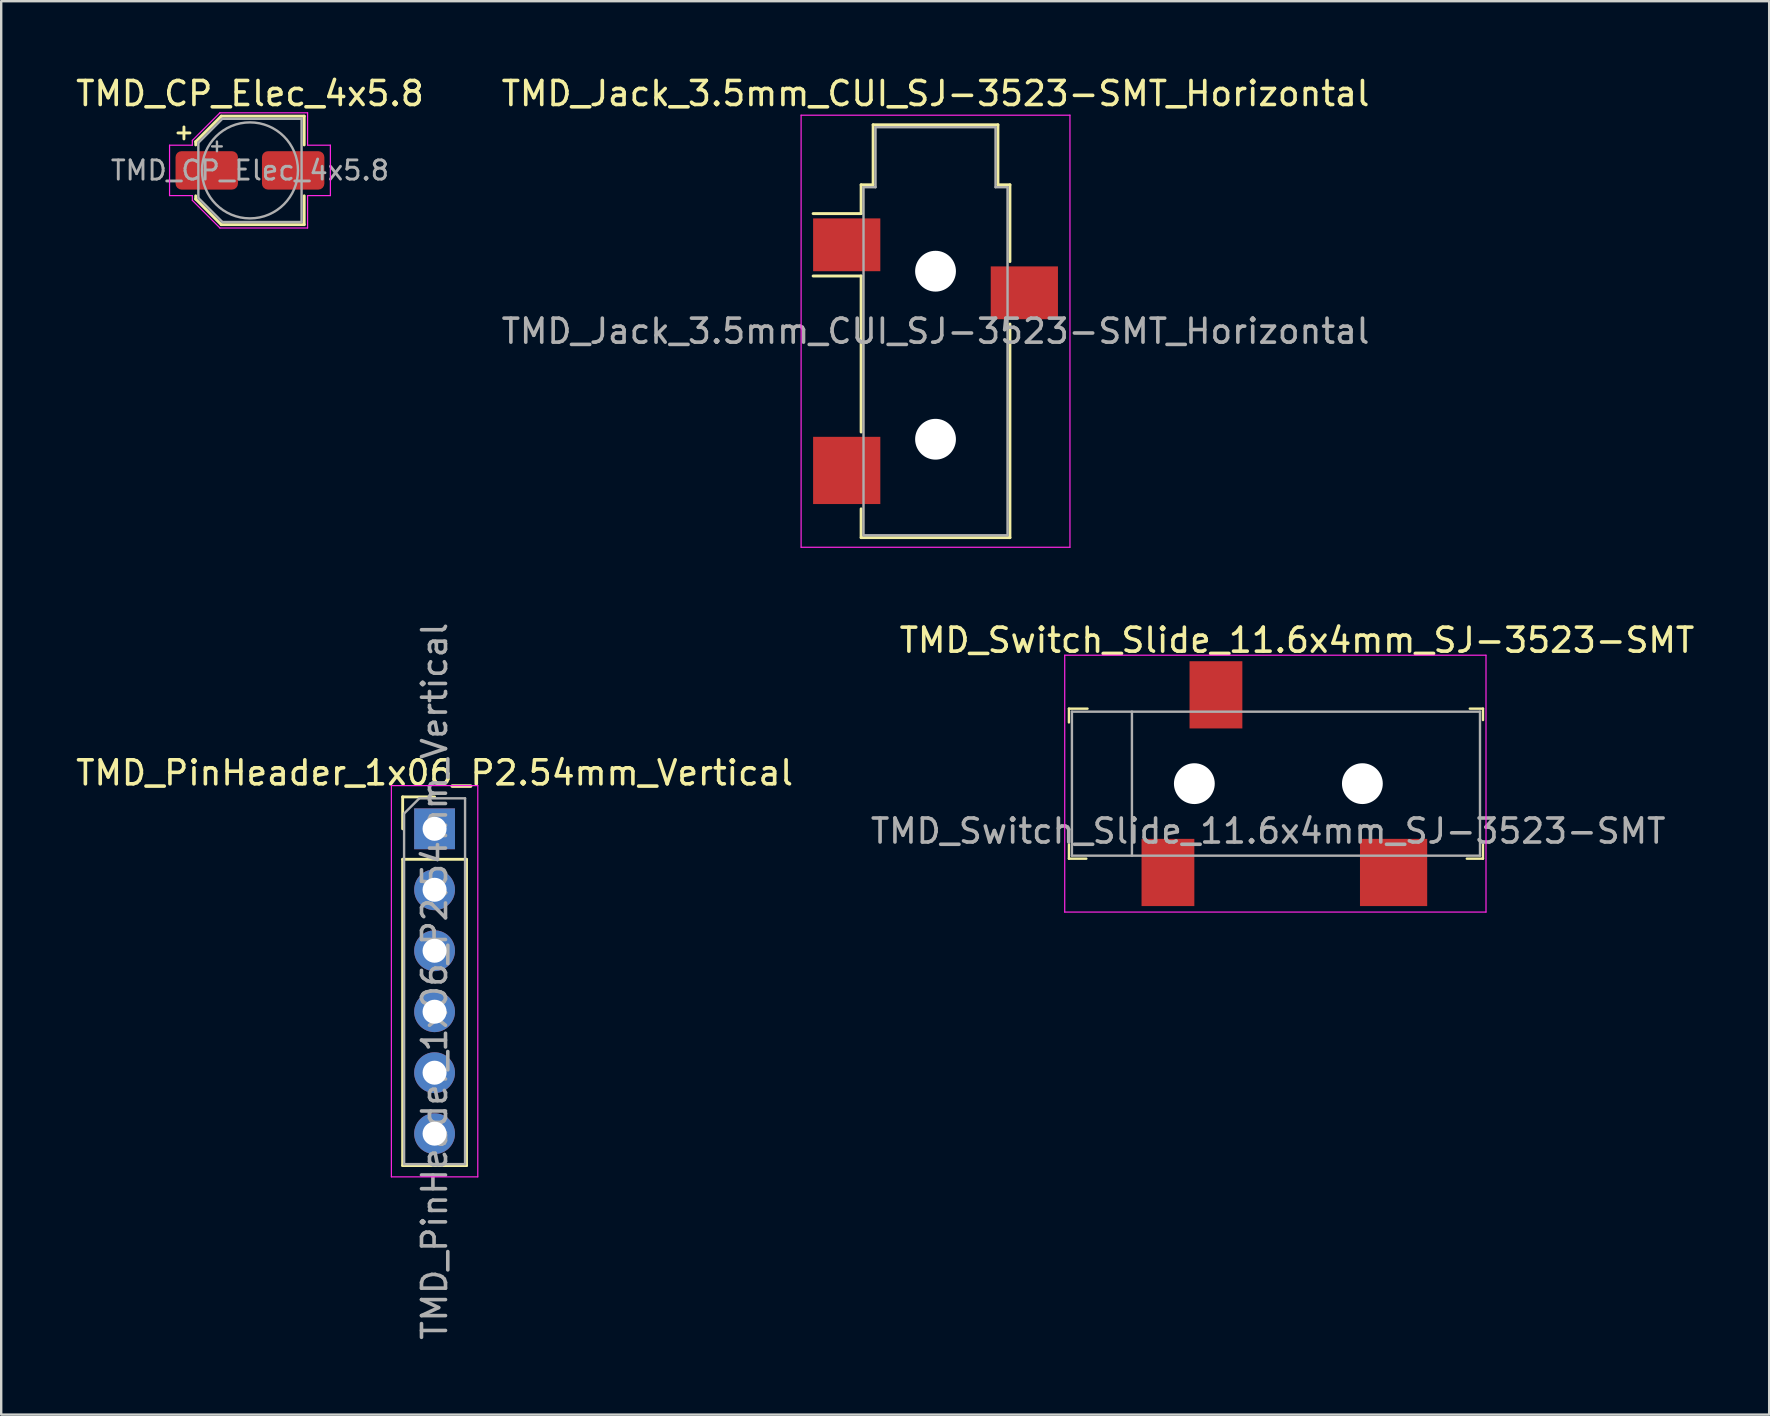
<source format=kicad_pcb>
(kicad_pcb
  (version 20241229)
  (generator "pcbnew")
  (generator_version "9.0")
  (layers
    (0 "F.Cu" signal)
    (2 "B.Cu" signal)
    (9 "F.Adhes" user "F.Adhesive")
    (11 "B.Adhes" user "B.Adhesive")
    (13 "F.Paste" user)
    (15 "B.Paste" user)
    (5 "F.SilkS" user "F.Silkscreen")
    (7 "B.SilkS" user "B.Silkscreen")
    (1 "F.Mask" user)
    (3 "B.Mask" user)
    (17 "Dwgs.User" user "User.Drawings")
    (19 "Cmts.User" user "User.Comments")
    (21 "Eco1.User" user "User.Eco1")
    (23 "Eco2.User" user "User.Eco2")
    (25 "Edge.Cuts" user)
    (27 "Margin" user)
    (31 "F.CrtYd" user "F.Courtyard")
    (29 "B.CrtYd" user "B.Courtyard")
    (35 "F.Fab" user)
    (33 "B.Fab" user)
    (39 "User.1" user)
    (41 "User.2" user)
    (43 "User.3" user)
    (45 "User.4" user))
  (footprint "TMD_Switch_Slide_11.6x4mm_SJ-3523-SMT"
    (layer "F.Cu")
    (at 47.605 29.596)
    (property "Reference" "TMD_Switch_Slide_11.6x4mm_SJ-3523-SMT" (at 3.375 -5.975 0) (layer "F.SilkS") (effects (font (size 1 1) (thickness 0.15))))
    (attr smd)
    (fp_line (start -6.125 -3.125) (end -6.125 -2.55) (stroke (width 0.1) (type solid)) (layer "F.SilkS"))
    (fp_line (start -6.125 2.525) (end -6.125 3.125) (stroke (width 0.1) (type solid)) (layer "F.SilkS"))
    (fp_line (start -6.125 3.125) (end -5.4 3.125) (stroke (width 0.1) (type solid)) (layer "F.SilkS"))
    (fp_line (start -5.35 -3.125) (end -6.125 -3.125) (stroke (width 0.1) (type solid)) (layer "F.SilkS"))
    (fp_line (start 10.575 -3.125) (end 11.125 -3.125) (stroke (width 0.1) (type solid)) (layer "F.SilkS"))
    (fp_line (start 11.125 -3.125) (end 11.125 -2.65) (stroke (width 0.1) (type solid)) (layer "F.SilkS"))
    (fp_line (start 11.125 2.525) (end 11.125 3.125) (stroke (width 0.1) (type solid)) (layer "F.SilkS"))
    (fp_line (start 11.125 3.125) (end 10.45 3.125) (stroke (width 0.1) (type solid)) (layer "F.SilkS"))
    (fp_line (start -6.3 -5.35) (end -6.3 5.35) (stroke (width 0.05) (type solid)) (layer "F.CrtYd"))
    (fp_line (start -6.3 -5.35) (end 11.25 -5.35) (stroke (width 0.05) (type solid)) (layer "F.CrtYd"))
    (fp_line (start -6.3 5.35) (end 11.25 5.35) (stroke (width 0.05) (type solid)) (layer "F.CrtYd"))
    (fp_line (start 11.25 5.35) (end 11.25 -5.35) (stroke (width 0.05) (type solid)) (layer "F.CrtYd"))
    (fp_line (start -6 -3) (end -6 3) (stroke (width 0.1) (type solid)) (layer "F.Fab"))
    (fp_line (start -3.5 -3) (end -3.5 3) (stroke (width 0.1) (type solid)) (layer "F.Fab"))
    (fp_line (start 11 -3) (end -6 -3) (stroke (width 0.1) (type solid)) (layer "F.Fab"))
    (fp_line (start 11 -3) (end 11 3) (stroke (width 0.1) (type solid)) (layer "F.Fab"))
    (fp_line (start 11 3) (end -6 3) (stroke (width 0.1) (type solid)) (layer "F.Fab"))
    (fp_text user "${REFERENCE}" (at 2.175 1.975 0) (layer "F.Fab") (effects (font (size 1 1) (thickness 0.15))))
    (pad "" np_thru_hole circle (at -0.9 0) (size 1.7 1.7) (drill 1.7) (layers "*.Cu" "*.Mask"))
    (pad "" np_thru_hole circle (at 6.1 0) (size 1.7 1.7) (drill 1.7) (layers "*.Cu" "*.Mask"))
    (pad "1" smd rect (at -2 3.7) (size 2.2 2.8) (layers "F.Cu" "F.Mask" "F.Paste"))
    (pad "2" smd rect (at 7.4 3.7) (size 2.8 2.8) (layers "F.Cu" "F.Mask" "F.Paste"))
    (pad "3" smd rect (at 0 -3.7) (size 2.2 2.8) (layers "F.Cu" "F.Mask" "F.Paste")))
  (footprint "TMD_PinHeader_1x06_P2.54mm_Vertical"
    (layer "F.Cu")
    (at 15.054 31.477)
    (property "Reference" "TMD_PinHeader_1x06_P2.54mm_Vertical" (at 0 -2.33 0) (layer "F.SilkS") (effects (font (size 1 1) (thickness 0.15))))
    (attr through_hole)
    (fp_line (start -1.33 -1.33) (end 0 -1.33) (stroke (width 0.12) (type solid)) (layer "F.SilkS"))
    (fp_line (start -1.33 0) (end -1.33 -1.33) (stroke (width 0.12) (type solid)) (layer "F.SilkS"))
    (fp_line (start -1.33 1.27) (end -1.33 14.03) (stroke (width 0.12) (type solid)) (layer "F.SilkS"))
    (fp_line (start -1.33 1.27) (end 1.33 1.27) (stroke (width 0.12) (type solid)) (layer "F.SilkS"))
    (fp_line (start -1.33 14.03) (end 1.33 14.03) (stroke (width 0.12) (type solid)) (layer "F.SilkS"))
    (fp_line (start 1.33 1.27) (end 1.33 14.03) (stroke (width 0.12) (type solid)) (layer "F.SilkS"))
    (fp_line (start -1.8 -1.8) (end -1.8 14.5) (stroke (width 0.05) (type solid)) (layer "F.CrtYd"))
    (fp_line (start -1.8 14.5) (end 1.8 14.5) (stroke (width 0.05) (type solid)) (layer "F.CrtYd"))
    (fp_line (start 1.8 -1.8) (end -1.8 -1.8) (stroke (width 0.05) (type solid)) (layer "F.CrtYd"))
    (fp_line (start 1.8 14.5) (end 1.8 -1.8) (stroke (width 0.05) (type solid)) (layer "F.CrtYd"))
    (fp_line (start -1.27 -0.635) (end -0.635 -1.27) (stroke (width 0.1) (type solid)) (layer "F.Fab"))
    (fp_line (start -1.27 13.97) (end -1.27 -0.635) (stroke (width 0.1) (type solid)) (layer "F.Fab"))
    (fp_line (start -0.635 -1.27) (end 1.27 -1.27) (stroke (width 0.1) (type solid)) (layer "F.Fab"))
    (fp_line (start 1.27 -1.27) (end 1.27 13.97) (stroke (width 0.1) (type solid)) (layer "F.Fab"))
    (fp_line (start 1.27 13.97) (end -1.27 13.97) (stroke (width 0.1) (type solid)) (layer "F.Fab"))
    (fp_text user "${REFERENCE}" (at 0 6.35 90) (layer "F.Fab") (effects (font (size 1 1) (thickness 0.15))))
    (pad "1" thru_hole rect (at 0 0) (size 1.7 1.7) (drill 1) (layers "*.Cu" "*.Mask"))
    (pad "2" thru_hole oval (at 0 2.54) (size 1.7 1.7) (drill 1) (layers "*.Cu" "*.Mask"))
    (pad "3" thru_hole oval (at 0 5.08) (size 1.7 1.7) (drill 1) (layers "*.Cu" "*.Mask"))
    (pad "4" thru_hole oval (at 0 7.62) (size 1.7 1.7) (drill 1) (layers "*.Cu" "*.Mask"))
    (pad "5" thru_hole oval (at 0 10.16) (size 1.7 1.7) (drill 1) (layers "*.Cu" "*.Mask"))
    (pad "6" thru_hole oval (at 0 12.7) (size 1.7 1.7) (drill 1) (layers "*.Cu" "*.Mask")))
  (footprint "TMD_Jack_3.5mm_CUI_SJ-3523-SMT_Horizontal"
    (layer "F.Cu")
    (at 35.923 10.748)
    (property "Reference" "TMD_Jack_3.5mm_CUI_SJ-3523-SMT_Horizontal" (at 0 -9.9 0) (layer "F.SilkS") (effects (font (size 1 1) (thickness 0.15))))
    (attr smd)
    (fp_line (start -3.1 -6.1) (end -2.6 -6.1) (stroke (width 0.12) (type solid)) (layer "F.SilkS"))
    (fp_line (start -3.1 -4.9) (end -5.1 -4.9) (stroke (width 0.12) (type solid)) (layer "F.SilkS"))
    (fp_line (start -3.1 -4.9) (end -3.1 -6.1) (stroke (width 0.12) (type solid)) (layer "F.SilkS"))
    (fp_line (start -3.1 -2.3) (end -5.1 -2.3) (stroke (width 0.12) (type solid)) (layer "F.SilkS"))
    (fp_line (start -3.1 4.2) (end -3.1 -2.3) (stroke (width 0.12) (type solid)) (layer "F.SilkS"))
    (fp_line (start -3.1 8.6) (end -3.1 7.4) (stroke (width 0.12) (type solid)) (layer "F.SilkS"))
    (fp_line (start -2.6 -8.6) (end 2.6 -8.6) (stroke (width 0.12) (type solid)) (layer "F.SilkS"))
    (fp_line (start -2.6 -6.1) (end -2.6 -8.6) (stroke (width 0.12) (type solid)) (layer "F.SilkS"))
    (fp_line (start 2.6 -8.6) (end 2.6 -6.1) (stroke (width 0.12) (type solid)) (layer "F.SilkS"))
    (fp_line (start 2.6 -6.1) (end 3.1 -6.1) (stroke (width 0.12) (type solid)) (layer "F.SilkS"))
    (fp_line (start 3.1 -6.1) (end 3.1 -2.9) (stroke (width 0.12) (type solid)) (layer "F.SilkS"))
    (fp_line (start 3.1 -0.3) (end 3.1 8.6) (stroke (width 0.12) (type solid)) (layer "F.SilkS"))
    (fp_line (start 3.1 8.6) (end -3.1 8.6) (stroke (width 0.12) (type solid)) (layer "F.SilkS"))
    (fp_line (start -5.6 -9) (end 5.6 -9) (stroke (width 0.05) (type solid)) (layer "F.CrtYd"))
    (fp_line (start -5.6 9) (end -5.6 -9) (stroke (width 0.05) (type solid)) (layer "F.CrtYd"))
    (fp_line (start 5.6 -9) (end 5.6 9) (stroke (width 0.05) (type solid)) (layer "F.CrtYd"))
    (fp_line (start 5.6 9) (end -5.6 9) (stroke (width 0.05) (type solid)) (layer "F.CrtYd"))
    (fp_line (start -3 -6) (end -2.5 -6) (stroke (width 0.1) (type solid)) (layer "F.Fab"))
    (fp_line (start -3 8.5) (end -3 -6) (stroke (width 0.1) (type solid)) (layer "F.Fab"))
    (fp_line (start -2.5 -8.5) (end 2.5 -8.5) (stroke (width 0.1) (type solid)) (layer "F.Fab"))
    (fp_line (start -2.5 -6) (end -2.5 -8.5) (stroke (width 0.1) (type solid)) (layer "F.Fab"))
    (fp_line (start 2.5 -8.5) (end 2.5 -6) (stroke (width 0.1) (type solid)) (layer "F.Fab"))
    (fp_line (start 2.5 -6) (end 3 -6) (stroke (width 0.1) (type solid)) (layer "F.Fab"))
    (fp_line (start 3 -6) (end 3 8.5) (stroke (width 0.1) (type solid)) (layer "F.Fab"))
    (fp_line (start 3 8.5) (end -3 8.5) (stroke (width 0.1) (type solid)) (layer "F.Fab"))
    (fp_text user "${REFERENCE}" (at 0 0 0) (layer "F.Fab") (effects (font (size 1 1) (thickness 0.15))))
    (pad "" np_thru_hole circle (at 0 -2.5) (size 1.7 1.7) (drill 1.7) (layers "*.Cu" "*.Mask"))
    (pad "" np_thru_hole circle (at 0 4.5) (size 1.7 1.7) (drill 1.7) (layers "*.Cu" "*.Mask"))
    (pad "R" smd rect (at 3.7 -1.6) (size 2.8 2.2) (layers "F.Cu" "F.Mask" "F.Paste"))
    (pad "S" smd rect (at -3.7 -3.6) (size 2.8 2.2) (layers "F.Cu" "F.Mask" "F.Paste"))
    (pad "T" smd rect (at -3.7 5.8) (size 2.8 2.8) (layers "F.Cu" "F.Mask" "F.Paste")))
  (footprint "TMD_CP_Elec_4x5.8"
    (layer "F.Cu")
    (at 7.363 4.048)
    (property "Reference" "TMD_CP_Elec_4x5.8" (at 0 -3.2 0) (layer "F.SilkS") (effects (font (size 1 1) (thickness 0.15))))
    (attr smd)
    (fp_line (start -3 -1.56) (end -2.5 -1.56) (stroke (width 0.12) (type solid)) (layer "F.SilkS"))
    (fp_line (start -2.75 -1.81) (end -2.75 -1.31) (stroke (width 0.12) (type solid)) (layer "F.SilkS"))
    (fp_line (start -2.26 -1.196) (end -2.26 -1.06) (stroke (width 0.12) (type solid)) (layer "F.SilkS"))
    (fp_line (start -2.26 -1.196) (end -1.196 -2.26) (stroke (width 0.12) (type solid)) (layer "F.SilkS"))
    (fp_line (start -2.26 1.196) (end -2.26 1.06) (stroke (width 0.12) (type solid)) (layer "F.SilkS"))
    (fp_line (start -2.26 1.196) (end -1.196 2.26) (stroke (width 0.12) (type solid)) (layer "F.SilkS"))
    (fp_line (start -1.196 -2.26) (end 2.26 -2.26) (stroke (width 0.12) (type solid)) (layer "F.SilkS"))
    (fp_line (start -1.196 2.26) (end 2.26 2.26) (stroke (width 0.12) (type solid)) (layer "F.SilkS"))
    (fp_line (start 2.26 -2.26) (end 2.26 -1.06) (stroke (width 0.12) (type solid)) (layer "F.SilkS"))
    (fp_line (start 2.26 2.26) (end 2.26 1.06) (stroke (width 0.12) (type solid)) (layer "F.SilkS"))
    (fp_line (start -3.35 -1.05) (end -3.35 1.05) (stroke (width 0.05) (type solid)) (layer "F.CrtYd"))
    (fp_line (start -3.35 1.05) (end -2.4 1.05) (stroke (width 0.05) (type solid)) (layer "F.CrtYd"))
    (fp_line (start -2.4 -1.25) (end -2.4 -1.05) (stroke (width 0.05) (type solid)) (layer "F.CrtYd"))
    (fp_line (start -2.4 -1.25) (end -1.25 -2.4) (stroke (width 0.05) (type solid)) (layer "F.CrtYd"))
    (fp_line (start -2.4 -1.05) (end -3.35 -1.05) (stroke (width 0.05) (type solid)) (layer "F.CrtYd"))
    (fp_line (start -2.4 1.05) (end -2.4 1.25) (stroke (width 0.05) (type solid)) (layer "F.CrtYd"))
    (fp_line (start -2.4 1.25) (end -1.25 2.4) (stroke (width 0.05) (type solid)) (layer "F.CrtYd"))
    (fp_line (start -1.25 -2.4) (end 2.4 -2.4) (stroke (width 0.05) (type solid)) (layer "F.CrtYd"))
    (fp_line (start -1.25 2.4) (end 2.4 2.4) (stroke (width 0.05) (type solid)) (layer "F.CrtYd"))
    (fp_line (start 2.4 -2.4) (end 2.4 -1.05) (stroke (width 0.05) (type solid)) (layer "F.CrtYd"))
    (fp_line (start 2.4 -1.05) (end 3.35 -1.05) (stroke (width 0.05) (type solid)) (layer "F.CrtYd"))
    (fp_line (start 2.4 1.05) (end 2.4 2.4) (stroke (width 0.05) (type solid)) (layer "F.CrtYd"))
    (fp_line (start 3.35 -1.05) (end 3.35 1.05) (stroke (width 0.05) (type solid)) (layer "F.CrtYd"))
    (fp_line (start 3.35 1.05) (end 2.4 1.05) (stroke (width 0.05) (type solid)) (layer "F.CrtYd"))
    (fp_line (start -2.15 -1.15) (end -2.15 1.15) (stroke (width 0.1) (type solid)) (layer "F.Fab"))
    (fp_line (start -2.15 -1.15) (end -1.15 -2.15) (stroke (width 0.1) (type solid)) (layer "F.Fab"))
    (fp_line (start -2.15 1.15) (end -1.15 2.15) (stroke (width 0.1) (type solid)) (layer "F.Fab"))
    (fp_line (start -1.575 -1) (end -1.175 -1) (stroke (width 0.1) (type solid)) (layer "F.Fab"))
    (fp_line (start -1.375 -1.2) (end -1.375 -0.8) (stroke (width 0.1) (type solid)) (layer "F.Fab"))
    (fp_line (start -1.15 -2.15) (end 2.15 -2.15) (stroke (width 0.1) (type solid)) (layer "F.Fab"))
    (fp_line (start -1.15 2.15) (end 2.15 2.15) (stroke (width 0.1) (type solid)) (layer "F.Fab"))
    (fp_line (start 2.15 -2.15) (end 2.15 2.15) (stroke (width 0.1) (type solid)) (layer "F.Fab"))
    (fp_circle (center 0 0) (end 2 0) (stroke (width 0.1) (type solid)) (fill no) (layer "F.Fab"))
    (fp_text user "${REFERENCE}" (at 0 0 0) (layer "F.Fab") (effects (font (size 0.8 0.8) (thickness 0.12))))
    (pad "1" smd roundrect (at -1.8 0) (size 2.6 1.6) (layers "F.Cu" "F.Mask" "F.Paste") (roundrect_rratio 0.156))
    (pad "2" smd roundrect (at 1.8 0) (size 2.6 1.6) (layers "F.Cu" "F.Mask" "F.Paste") (roundrect_rratio 0.156)))
  (gr_rect
    (start -3 -3)
    (end 70.652 55.88)
    (stroke (width 0.1) (type default))
    (fill no)
    (layer "Edge.Cuts")))
</source>
